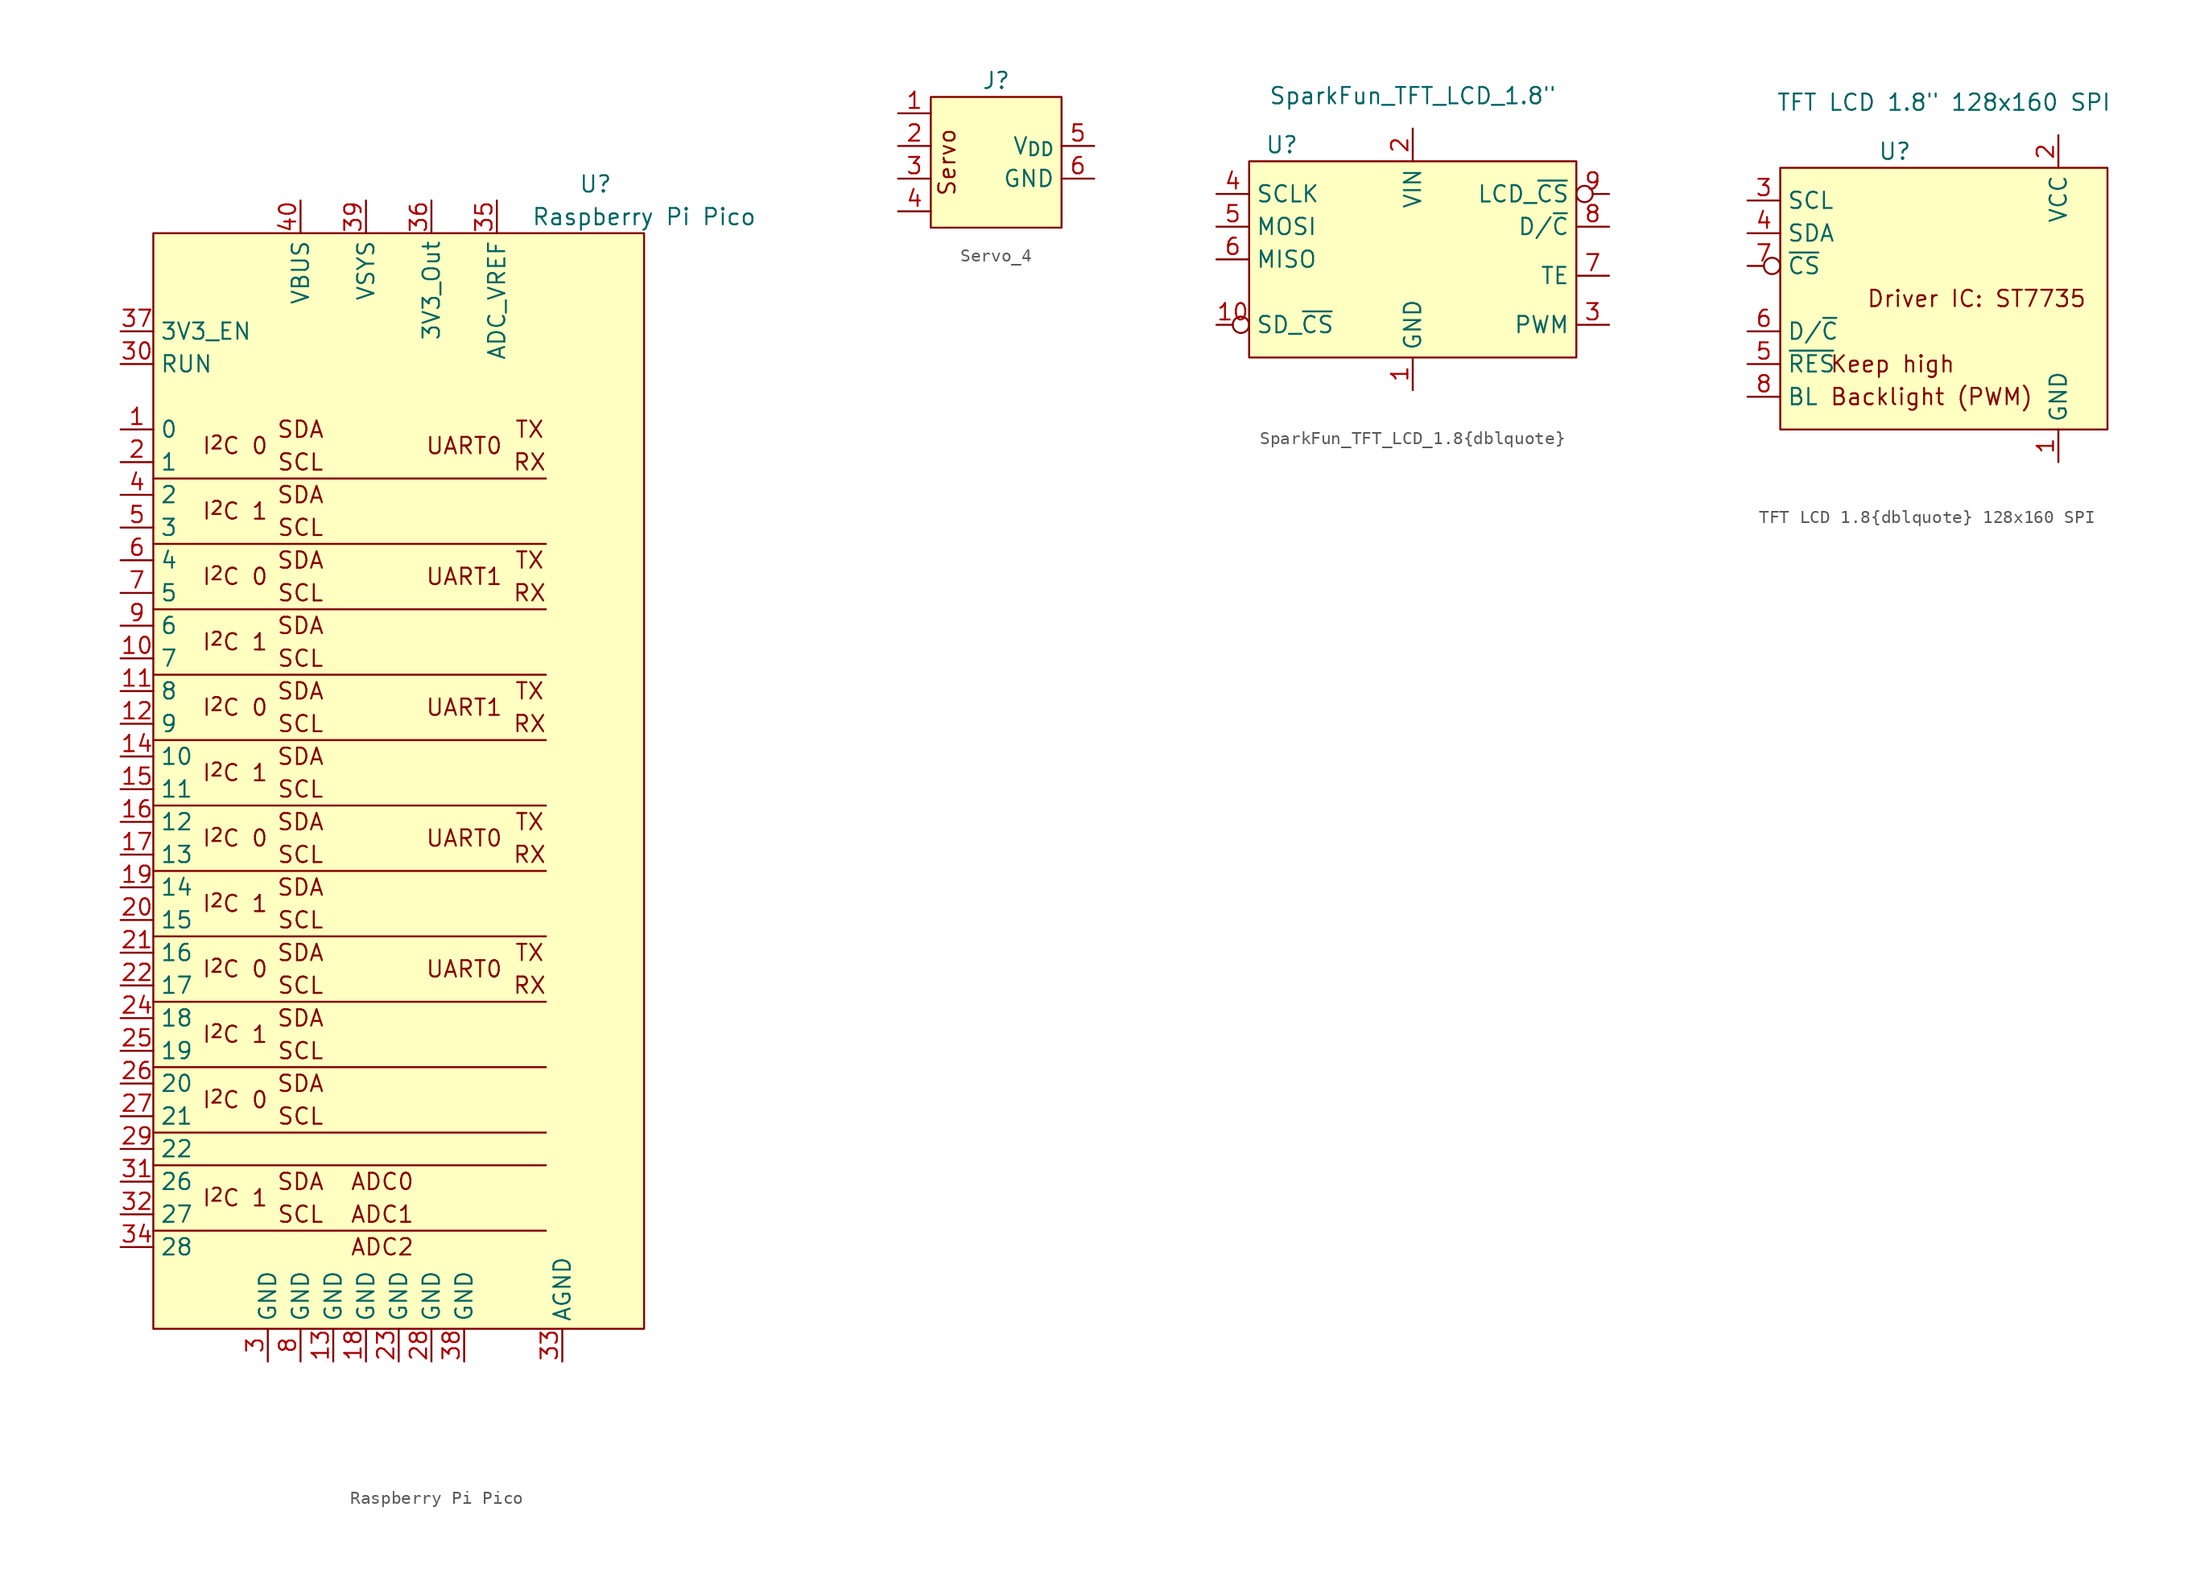
<source format=kicad_sym>
(kicad_symbol_lib
  (version 20231120)
  (generator "kicad_symbol_editor")
  (generator_version "8.0")
  (symbol "Raspberry Pi Pico"
    (property "Reference" "U"
      (at 11.43 16.51 0)
      (effects (font (size 1.27 1.27)) (justify left)))
    (property "Value" "Raspberry Pi Pico"
      (at 16.51 13.97 0)
      (effects (font (size 1.27 1.27))))
    (symbol "Raspberry Pi Pico_0_0"
      (rectangle (start -21.59 12.7) (end 16.51 -72.39) (stroke (width 0) (type default)) (fill (type background)))
      (polyline (pts (xy -21.59 -64.77) (xy 8.89 -64.77)) (stroke (width 0) (type default)) (fill (type none)))
      (polyline (pts (xy -21.59 -59.69) (xy 8.89 -59.69)) (stroke (width 0) (type default)) (fill (type none)))
      (polyline (pts (xy -21.59 -57.15) (xy 8.89 -57.15)) (stroke (width 0) (type default)) (fill (type none)))
      (polyline (pts (xy -21.59 -52.07) (xy 8.89 -52.07)) (stroke (width 0) (type default)) (fill (type none)))
      (polyline (pts (xy -21.59 -46.99) (xy 8.89 -46.99)) (stroke (width 0) (type default)) (fill (type none)))
      (polyline (pts (xy -21.59 -41.91) (xy 8.89 -41.91)) (stroke (width 0) (type default)) (fill (type none)))
      (polyline (pts (xy -21.59 -36.83) (xy 8.89 -36.83)) (stroke (width 0) (type default)) (fill (type none)))
      (polyline (pts (xy -21.59 -31.75) (xy 8.89 -31.75)) (stroke (width 0) (type default)) (fill (type none)))
      (polyline (pts (xy -21.59 -26.67) (xy 8.89 -26.67)) (stroke (width 0) (type default)) (fill (type none)))
      (polyline (pts (xy -21.59 -21.59) (xy 8.89 -21.59)) (stroke (width 0) (type default)) (fill (type none)))
      (polyline (pts (xy -21.59 -16.51) (xy 8.89 -16.51)) (stroke (width 0) (type default)) (fill (type none)))
      (polyline (pts (xy -21.59 -11.43) (xy 8.89 -11.43)) (stroke (width 0) (type default)) (fill (type none)))
      (polyline (pts (xy -21.59 -6.35) (xy 8.89 -6.35)) (stroke (width 0) (type default)) (fill (type none)))
      (text "ADC0" (at -3.81 -60.96 0) (effects (font (size 1.27 1.27))))
      (text "ADC1" (at -3.81 -63.5 0) (effects (font (size 1.27 1.27))))
      (text "ADC2" (at -3.81 -66.04 0) (effects (font (size 1.27 1.27))))
      (text "I^{2}C 0" (at -15.24 -54.61 0) (effects (font (size 1.27 1.27))))
      (text "I^{2}C 0" (at -15.24 -44.45 0) (effects (font (size 1.27 1.27))))
      (text "I^{2}C 0" (at -15.24 -34.29 0) (effects (font (size 1.27 1.27))))
      (text "I^{2}C 0" (at -15.24 -24.13 0) (effects (font (size 1.27 1.27))))
      (text "I^{2}C 0" (at -15.24 -13.97 0) (effects (font (size 1.27 1.27))))
      (text "I^{2}C 0" (at -15.24 -3.81 0) (effects (font (size 1.27 1.27))))
      (text "I^{2}C 1" (at -15.24 -62.23 0) (effects (font (size 1.27 1.27))))
      (text "I^{2}C 1" (at -15.24 -49.53 0) (effects (font (size 1.27 1.27))))
      (text "I^{2}C 1" (at -15.24 -39.37 0) (effects (font (size 1.27 1.27))))
      (text "I^{2}C 1" (at -15.24 -29.21 0) (effects (font (size 1.27 1.27))))
      (text "I^{2}C 1" (at -15.24 -19.05 0) (effects (font (size 1.27 1.27))))
      (text "I^{2}C 1" (at -15.24 -8.89 0) (effects (font (size 1.27 1.27))))
      (text "RX" (at 7.62 -45.72 0) (effects (font (size 1.27 1.27))))
      (text "RX" (at 7.62 -35.56 0) (effects (font (size 1.27 1.27))))
      (text "RX" (at 7.62 -25.4 0) (effects (font (size 1.27 1.27))))
      (text "RX" (at 7.62 -15.24 0) (effects (font (size 1.27 1.27))))
      (text "RX" (at 7.62 -5.08 0) (effects (font (size 1.27 1.27))))
      (text "SCL" (at -10.16 -63.5 0) (effects (font (size 1.27 1.27))))
      (text "SCL" (at -10.16 -55.88 0) (effects (font (size 1.27 1.27))))
      (text "SCL" (at -10.16 -50.8 0) (effects (font (size 1.27 1.27))))
      (text "SCL" (at -10.16 -45.72 0) (effects (font (size 1.27 1.27))))
      (text "SCL" (at -10.16 -40.64 0) (effects (font (size 1.27 1.27))))
      (text "SCL" (at -10.16 -35.56 0) (effects (font (size 1.27 1.27))))
      (text "SCL" (at -10.16 -30.48 0) (effects (font (size 1.27 1.27))))
      (text "SCL" (at -10.16 -25.4 0) (effects (font (size 1.27 1.27))))
      (text "SCL" (at -10.16 -20.32 0) (effects (font (size 1.27 1.27))))
      (text "SCL" (at -10.16 -15.24 0) (effects (font (size 1.27 1.27))))
      (text "SCL" (at -10.16 -10.16 0) (effects (font (size 1.27 1.27))))
      (text "SCL" (at -10.16 -5.08 0) (effects (font (size 1.27 1.27))))
      (text "SDA" (at -10.16 -60.96 0) (effects (font (size 1.27 1.27))))
      (text "SDA" (at -10.16 -53.34 0) (effects (font (size 1.27 1.27))))
      (text "SDA" (at -10.16 -48.26 0) (effects (font (size 1.27 1.27))))
      (text "SDA" (at -10.16 -43.18 0) (effects (font (size 1.27 1.27))))
      (text "SDA" (at -10.16 -38.1 0) (effects (font (size 1.27 1.27))))
      (text "SDA" (at -10.16 -33.02 0) (effects (font (size 1.27 1.27))))
      (text "SDA" (at -10.16 -27.94 0) (effects (font (size 1.27 1.27))))
      (text "SDA" (at -10.16 -22.86 0) (effects (font (size 1.27 1.27))))
      (text "SDA" (at -10.16 -17.78 0) (effects (font (size 1.27 1.27))))
      (text "SDA" (at -10.16 -12.7 0) (effects (font (size 1.27 1.27))))
      (text "SDA" (at -10.16 -7.62 0) (effects (font (size 1.27 1.27))))
      (text "SDA" (at -10.16 -2.54 0) (effects (font (size 1.27 1.27))))
      (text "TX" (at 7.62 -43.18 0) (effects (font (size 1.27 1.27))))
      (text "TX" (at 7.62 -33.02 0) (effects (font (size 1.27 1.27))))
      (text "TX" (at 7.62 -22.86 0) (effects (font (size 1.27 1.27))))
      (text "TX" (at 7.62 -12.7 0) (effects (font (size 1.27 1.27))))
      (text "TX" (at 7.62 -2.54 0) (effects (font (size 1.27 1.27))))
      (text "UART0" (at 2.54 -44.45 0) (effects (font (size 1.27 1.27))))
      (text "UART0" (at 2.54 -34.29 0) (effects (font (size 1.27 1.27))))
      (text "UART0" (at 2.54 -3.81 0) (effects (font (size 1.27 1.27))))
      (text "UART1" (at 2.54 -24.13 0) (effects (font (size 1.27 1.27))))
      (text "UART1" (at 2.54 -13.97 0) (effects (font (size 1.27 1.27))))
      (pin bidirectional line (at -24.13 -2.54 0) (length 2.54) (name "0" (effects (font (size 1.27 1.27)))) (number "1" (effects (font (size 1.27 1.27)))))
      (pin bidirectional line (at -24.13 -20.32 0) (length 2.54) (name "7" (effects (font (size 1.27 1.27)))) (number "10" (effects (font (size 1.27 1.27)))))
      (pin bidirectional line (at -24.13 -22.86 0) (length 2.54) (name "8" (effects (font (size 1.27 1.27)))) (number "11" (effects (font (size 1.27 1.27)))))
      (pin bidirectional line (at -24.13 -25.4 0) (length 2.54) (name "9" (effects (font (size 1.27 1.27)))) (number "12" (effects (font (size 1.27 1.27)))))
      (pin power_in line (at -7.62 -74.93 90) (length 2.54) (name "GND" (effects (font (size 1.27 1.27)))) (number "13" (effects (font (size 1.27 1.27)))))
      (pin bidirectional line (at -24.13 -27.94 0) (length 2.54) (name "10" (effects (font (size 1.27 1.27)))) (number "14" (effects (font (size 1.27 1.27)))))
      (pin bidirectional line (at -24.13 -30.48 0) (length 2.54) (name "11" (effects (font (size 1.27 1.27)))) (number "15" (effects (font (size 1.27 1.27)))))
      (pin bidirectional line (at -24.13 -33.02 0) (length 2.54) (name "12" (effects (font (size 1.27 1.27)))) (number "16" (effects (font (size 1.27 1.27)))))
      (pin bidirectional line (at -24.13 -35.56 0) (length 2.54) (name "13" (effects (font (size 1.27 1.27)))) (number "17" (effects (font (size 1.27 1.27)))))
      (pin power_in line (at -5.08 -74.93 90) (length 2.54) (name "GND" (effects (font (size 1.27 1.27)))) (number "18" (effects (font (size 1.27 1.27)))))
      (pin bidirectional line (at -24.13 -38.1 0) (length 2.54) (name "14" (effects (font (size 1.27 1.27)))) (number "19" (effects (font (size 1.27 1.27)))))
      (pin bidirectional line (at -24.13 -5.08 0) (length 2.54) (name "1" (effects (font (size 1.27 1.27)))) (number "2" (effects (font (size 1.27 1.27)))))
      (pin bidirectional line (at -24.13 -40.64 0) (length 2.54) (name "15" (effects (font (size 1.27 1.27)))) (number "20" (effects (font (size 1.27 1.27)))))
      (pin bidirectional line (at -24.13 -43.18 0) (length 2.54) (name "16" (effects (font (size 1.27 1.27)))) (number "21" (effects (font (size 1.27 1.27)))))
      (pin bidirectional line (at -24.13 -45.72 0) (length 2.54) (name "17" (effects (font (size 1.27 1.27)))) (number "22" (effects (font (size 1.27 1.27)))))
      (pin power_in line (at -2.54 -74.93 90) (length 2.54) (name "GND" (effects (font (size 1.27 1.27)))) (number "23" (effects (font (size 1.27 1.27)))))
      (pin bidirectional line (at -24.13 -48.26 0) (length 2.54) (name "18" (effects (font (size 1.27 1.27)))) (number "24" (effects (font (size 1.27 1.27)))))
      (pin bidirectional line (at -24.13 -50.8 0) (length 2.54) (name "19" (effects (font (size 1.27 1.27)))) (number "25" (effects (font (size 1.27 1.27)))))
      (pin bidirectional line (at -24.13 -53.34 0) (length 2.54) (name "20" (effects (font (size 1.27 1.27)))) (number "26" (effects (font (size 1.27 1.27)))))
      (pin bidirectional line (at -24.13 -55.88 0) (length 2.54) (name "21" (effects (font (size 1.27 1.27)))) (number "27" (effects (font (size 1.27 1.27)))))
      (pin power_in line (at 0 -74.93 90) (length 2.54) (name "GND" (effects (font (size 1.27 1.27)))) (number "28" (effects (font (size 1.27 1.27)))))
      (pin bidirectional line (at -24.13 -58.42 0) (length 2.54) (name "22" (effects (font (size 1.27 1.27)))) (number "29" (effects (font (size 1.27 1.27)))))
      (pin power_in line (at -12.7 -74.93 90) (length 2.54) (name "GND" (effects (font (size 1.27 1.27)))) (number "3" (effects (font (size 1.27 1.27)))))
      (pin input line (at -24.13 2.54 0) (length 2.54) (name "RUN" (effects (font (size 1.27 1.27)))) (number "30" (effects (font (size 1.27 1.27)))))
      (pin bidirectional line (at -24.13 -60.96 0) (length 2.54) (name "26" (effects (font (size 1.27 1.27)))) (number "31" (effects (font (size 1.27 1.27)))))
      (pin bidirectional line (at -24.13 -63.5 0) (length 2.54) (name "27" (effects (font (size 1.27 1.27)))) (number "32" (effects (font (size 1.27 1.27)))))
      (pin power_in line (at 10.16 -74.93 90) (length 2.54) (name "AGND" (effects (font (size 1.27 1.27)))) (number "33" (effects (font (size 1.27 1.27)))))
      (pin bidirectional line (at -24.13 -66.04 0) (length 2.54) (name "28" (effects (font (size 1.27 1.27)))) (number "34" (effects (font (size 1.27 1.27)))))
      (pin power_in line (at 5.08 15.24 270) (length 2.54) (name "ADC_VREF" (effects (font (size 1.27 1.27)))) (number "35" (effects (font (size 1.27 1.27)))))
      (pin power_out line (at 0 15.24 270) (length 2.54) (name "3V3_Out" (effects (font (size 1.27 1.27)))) (number "36" (effects (font (size 1.27 1.27)))))
      (pin input line (at -24.13 5.08 0) (length 2.54) (name "3V3_EN" (effects (font (size 1.27 1.27)))) (number "37" (effects (font (size 1.27 1.27)))))
      (pin power_in line (at 2.54 -74.93 90) (length 2.54) (name "GND" (effects (font (size 1.27 1.27)))) (number "38" (effects (font (size 1.27 1.27)))))
      (pin power_in line (at -5.08 15.24 270) (length 2.54) (name "VSYS" (effects (font (size 1.27 1.27)))) (number "39" (effects (font (size 1.27 1.27)))))
      (pin bidirectional line (at -24.13 -7.62 0) (length 2.54) (name "2" (effects (font (size 1.27 1.27)))) (number "4" (effects (font (size 1.27 1.27)))))
      (pin power_out line (at -10.16 15.24 270) (length 2.54) (name "VBUS" (effects (font (size 1.27 1.27)))) (number "40" (effects (font (size 1.27 1.27)))))
      (pin bidirectional line (at -24.13 -10.16 0) (length 2.54) (name "3" (effects (font (size 1.27 1.27)))) (number "5" (effects (font (size 1.27 1.27)))))
      (pin bidirectional line (at -24.13 -12.7 0) (length 2.54) (name "4" (effects (font (size 1.27 1.27)))) (number "6" (effects (font (size 1.27 1.27)))))
      (pin bidirectional line (at -24.13 -15.24 0) (length 2.54) (name "5" (effects (font (size 1.27 1.27)))) (number "7" (effects (font (size 1.27 1.27)))))
      (pin power_in line (at -10.16 -74.93 90) (length 2.54) (name "GND" (effects (font (size 1.27 1.27)))) (number "8" (effects (font (size 1.27 1.27)))))
      (pin bidirectional line (at -24.13 -17.78 0) (length 2.54) (name "6" (effects (font (size 1.27 1.27)))) (number "9" (effects (font (size 1.27 1.27)))))))
  (symbol "Servo_4"
    (property "Reference" "J"
      (at 0 6.35 0)
      (effects (font (size 1.27 1.27))))
    (property "Value" ""
      (at -7.62 3.81 0)
      (effects (font (size 1.27 1.27))))
    (symbol "Servo_4_0_0"
      (pin power_in line (at 7.62 1.27 180) (length 2.54) (name "V_{DD}" (effects (font (size 1.27 1.27)))) (number "5" (effects (font (size 1.27 1.27)))))
      (pin power_in line (at 7.62 -1.27 180) (length 2.54) (name "GND" (effects (font (size 1.27 1.27)))) (number "6" (effects (font (size 1.27 1.27))))))
    (symbol "Servo_4_1_0"
      (pin input line (at -7.62 3.81 0) (length 2.54) (name "" (effects (font (size 1.27 1.27)))) (number "1" (effects (font (size 1.27 1.27)))))
      (pin input line (at -7.62 1.27 0) (length 2.54) (name "" (effects (font (size 1.27 1.27)))) (number "2" (effects (font (size 1.27 1.27)))))
      (pin input line (at -7.62 -1.27 0) (length 2.54) (name "" (effects (font (size 1.27 1.27)))) (number "3" (effects (font (size 1.27 1.27)))))
      (pin input line (at -7.62 -3.81 0) (length 2.54) (name "" (effects (font (size 1.27 1.27)))) (number "4" (effects (font (size 1.27 1.27))))))
    (symbol "Servo_4_1_1"
      (rectangle (start -5.08 5.08) (end 5.08 -5.08) (stroke (width 0) (type default)) (fill (type background)))
      (text "Servo" (at -3.81 0 900) (effects (font (size 1.27 1.27))))))
  (symbol "SparkFun_TFT_LCD_1.8{dblquote}"
    (property "Reference" "U"
      (at -10.16 13.97 0)
      (effects (font (size 1.27 1.27))))
    (property "Value" "SparkFun_TFT_LCD_1.8{dblquote}"
      (at 0 17.78 0)
      (effects (font (size 1.27 1.27))))
    (symbol "SparkFun_TFT_LCD_1.8{dblquote}_0_0"
      (pin power_in line (at 0 -5.08 90) (length 2.54) (name "GND" (effects (font (size 1.27 1.27)))) (number "1" (effects (font (size 1.27 1.27)))))
      (pin input inverted (at -15.24 0 0) (length 2.54) (name "SD_~{CS}" (effects (font (size 1.27 1.27)))) (number "10" (effects (font (size 1.27 1.27)))))
      (pin power_in line (at 0 15.24 270) (length 2.54) (name "VIN" (effects (font (size 1.27 1.27)))) (number "2" (effects (font (size 1.27 1.27)))))
      (pin input line (at 15.24 0 180) (length 2.54) (name "PWM" (effects (font (size 1.27 1.27)))) (number "3" (effects (font (size 1.27 1.27)))))
      (pin input line (at -15.24 10.16 0) (length 2.54) (name "SCLK" (effects (font (size 1.27 1.27)))) (number "4" (effects (font (size 1.27 1.27)))))
      (pin input line (at -15.24 7.62 0) (length 2.54) (name "MOSI" (effects (font (size 1.27 1.27)))) (number "5" (effects (font (size 1.27 1.27)))))
      (pin output line (at -15.24 5.08 0) (length 2.54) (name "MISO" (effects (font (size 1.27 1.27)))) (number "6" (effects (font (size 1.27 1.27)))))
      (pin output line (at 15.24 3.81 180) (length 2.54) (name "TE" (effects (font (size 1.27 1.27)))) (number "7" (effects (font (size 1.27 1.27)))))
      (pin input line (at 15.24 7.62 180) (length 2.54) (name "D/~{C}" (effects (font (size 1.27 1.27)))) (number "8" (effects (font (size 1.27 1.27)))))
      (pin input inverted (at 15.24 10.16 180) (length 2.54) (name "LCD_~{CS}" (effects (font (size 1.27 1.27)))) (number "9" (effects (font (size 1.27 1.27))))))
    (symbol "SparkFun_TFT_LCD_1.8{dblquote}_0_1"
      (rectangle (start -12.7 12.7) (end 12.7 -2.54) (stroke (width 0) (type default)) (fill (type background)))))
  (symbol "TFT LCD 1.8{dblquote} 128x160 SPI"
    (property "Reference" "U"
      (at -3.81 13.97 0)
      (effects (font (size 1.27 1.27))))
    (property "Value" "TFT LCD 1.8{dblquote} 128x160 SPI"
      (at 0 17.78 0)
      (effects (font (size 1.27 1.27))))
    (symbol "TFT LCD 1.8{dblquote} 128x160 SPI_0_0"
      (text "Backlight (PWM)" (at -8.89 -5.08 0) (effects (font (size 1.27 1.27)) (justify left)))
      (text "Driver IC: ST7735" (at 2.54 2.54 0) (effects (font (size 1.27 1.27))))
      (text "Keep high" (at -8.89 -2.54 0) (effects (font (size 1.27 1.27)) (justify left)))
      (pin power_in line (at 8.89 -10.16 90) (length 2.54) (name "GND" (effects (font (size 1.27 1.27)))) (number "1" (effects (font (size 1.27 1.27)))))
      (pin power_in line (at 8.89 15.24 270) (length 2.54) (name "VCC" (effects (font (size 1.27 1.27)))) (number "2" (effects (font (size 1.27 1.27)))))
      (pin input line (at -15.24 10.16 0) (length 2.54) (name "SCL" (effects (font (size 1.27 1.27)))) (number "3" (effects (font (size 1.27 1.27)))))
      (pin input line (at -15.24 7.62 0) (length 2.54) (name "SDA" (effects (font (size 1.27 1.27)))) (number "4" (effects (font (size 1.27 1.27)))))
      (pin input line (at -15.24 -2.54 0) (length 2.54) (name "~{RES}" (effects (font (size 1.27 1.27)))) (number "5" (effects (font (size 1.27 1.27)))))
      (pin input line (at -15.24 0 0) (length 2.54) (name "D/~{C}" (effects (font (size 1.27 1.27)))) (number "6" (effects (font (size 1.27 1.27)))))
      (pin input inverted (at -15.24 5.08 0) (length 2.54) (name "~{CS}" (effects (font (size 1.27 1.27)))) (number "7" (effects (font (size 1.27 1.27)))))
      (pin input line (at -15.24 -5.08 0) (length 2.54) (name "BL" (effects (font (size 1.27 1.27)))) (number "8" (effects (font (size 1.27 1.27))))))
    (symbol "TFT LCD 1.8{dblquote} 128x160 SPI_0_1"
      (rectangle (start -12.7 12.7) (end 12.7 -7.62) (stroke (width 0) (type default)) (fill (type background))))))
</source>
